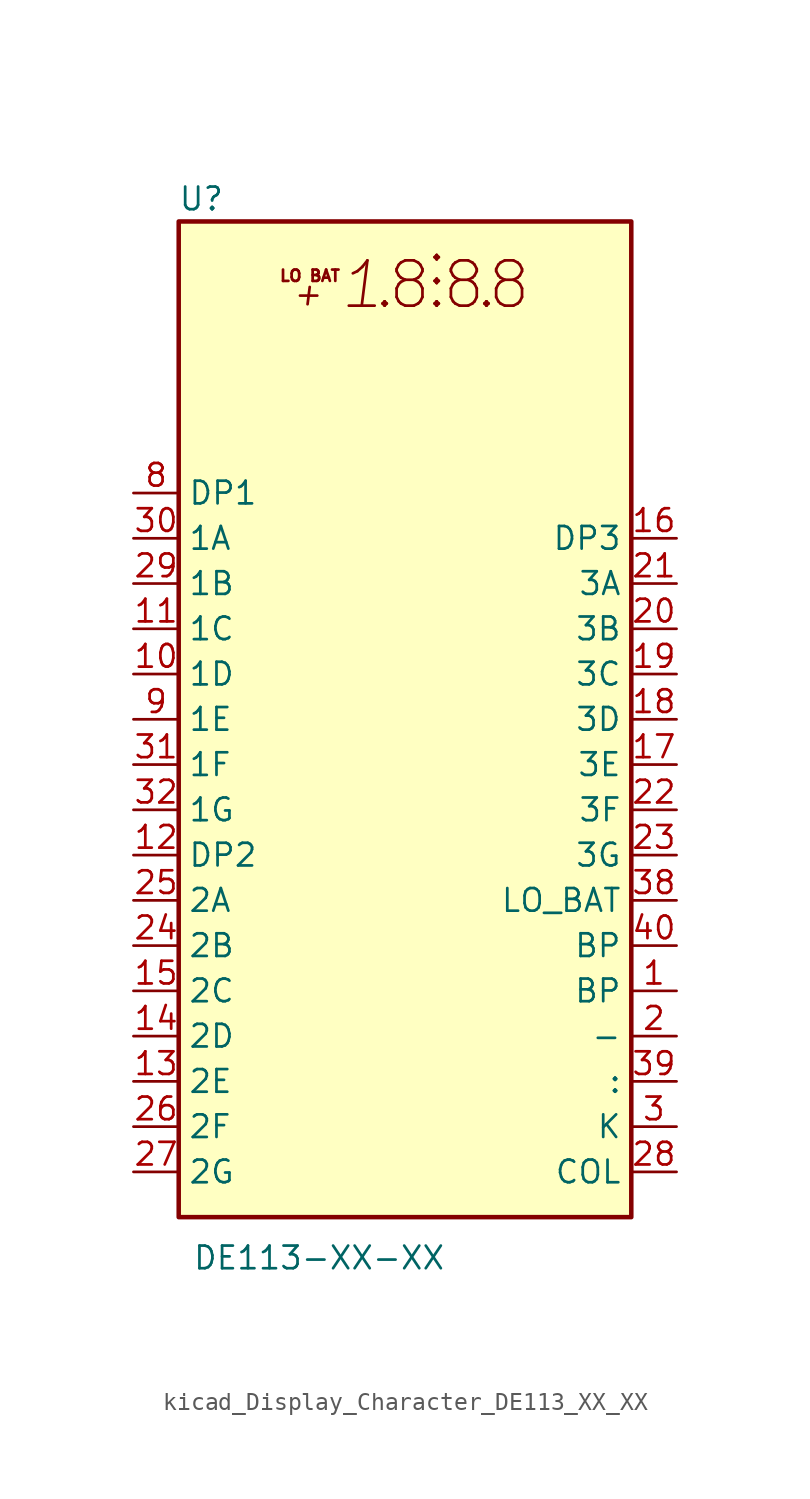
<source format=kicad_sym>
(kicad_symbol_lib
  (version 20220914)
  (generator kicad_symbol_editor)
  (symbol "kicad_Display_Character_DE113_XX_XX"
    (property "Reference" "U"
      (at -11.43 29.21 0)
      (effects (font (size 1.27 1.27))))
    (property "Value" "DE113-XX-XX"
      (at -11.938 -30.226 0)
      (effects (font (size 1.27 1.27)) (justify left)))
    (symbol "kicad_Display_Character_DE113_XX_XX_0_0"
      (text "+" (at -5.461 23.876 0) (effects (font (size 1.27 1.27) italic)))
      (text "." (at -1.143 24.384 0) (effects (font (size 2.54 2.54))))
      (text "." (at 1.778 24.384 0) (effects (font (size 2.54 2.54))))
      (text "." (at 4.572 24.384 0) (effects (font (size 2.54 2.54))))
      (text "1" (at -2.413 24.384 0) (effects (font (size 2.54 2.54) italic)))
      (text "8" (at 0.254 24.384 0) (effects (font (size 2.54 2.54))))
      (text "8" (at 3.302 24.384 0) (effects (font (size 2.54 2.54))))
      (text "8" (at 5.842 24.384 0) (effects (font (size 2.54 2.54))))
      (text ":" (at 1.778 25.654 0) (effects (font (size 2.54 2.54))))
      (text "LO BAT" (at -5.334 24.892 0) (effects (font (size 0.635 0.635)))))
    (symbol "kicad_Display_Character_DE113_XX_XX_0_1"
      (rectangle (start -12.7 27.94) (end 12.7 -27.94) (stroke (width 0.254) (type default)) (fill (type background))))
    (symbol "kicad_Display_Character_DE113_XX_XX_1_1"
      (pin input line (at 15.24 -15.24 180) (length 2.54) (name "BP" (effects (font (size 1.27 1.27)))) (number "1" (effects (font (size 1.27 1.27)))))
      (pin input line (at -15.24 2.54 0) (length 2.54) (name "1D" (effects (font (size 1.27 1.27)))) (number "10" (effects (font (size 1.27 1.27)))))
      (pin input line (at -15.24 5.08 0) (length 2.54) (name "1C" (effects (font (size 1.27 1.27)))) (number "11" (effects (font (size 1.27 1.27)))))
      (pin input line (at -15.24 -7.62 0) (length 2.54) (name "DP2" (effects (font (size 1.27 1.27)))) (number "12" (effects (font (size 1.27 1.27)))))
      (pin input line (at -15.24 -20.32 0) (length 2.54) (name "2E" (effects (font (size 1.27 1.27)))) (number "13" (effects (font (size 1.27 1.27)))))
      (pin input line (at -15.24 -17.78 0) (length 2.54) (name "2D" (effects (font (size 1.27 1.27)))) (number "14" (effects (font (size 1.27 1.27)))))
      (pin input line (at -15.24 -15.24 0) (length 2.54) (name "2C" (effects (font (size 1.27 1.27)))) (number "15" (effects (font (size 1.27 1.27)))))
      (pin input line (at 15.24 10.16 180) (length 2.54) (name "DP3" (effects (font (size 1.27 1.27)))) (number "16" (effects (font (size 1.27 1.27)))))
      (pin input line (at 15.24 -2.54 180) (length 2.54) (name "3E" (effects (font (size 1.27 1.27)))) (number "17" (effects (font (size 1.27 1.27)))))
      (pin input line (at 15.24 0 180) (length 2.54) (name "3D" (effects (font (size 1.27 1.27)))) (number "18" (effects (font (size 1.27 1.27)))))
      (pin input line (at 15.24 2.54 180) (length 2.54) (name "3C" (effects (font (size 1.27 1.27)))) (number "19" (effects (font (size 1.27 1.27)))))
      (pin input line (at 15.24 -17.78 180) (length 2.54) (name "-" (effects (font (size 1.27 1.27)))) (number "2" (effects (font (size 1.27 1.27)))))
      (pin input line (at 15.24 5.08 180) (length 2.54) (name "3B" (effects (font (size 1.27 1.27)))) (number "20" (effects (font (size 1.27 1.27)))))
      (pin input line (at 15.24 7.62 180) (length 2.54) (name "3A" (effects (font (size 1.27 1.27)))) (number "21" (effects (font (size 1.27 1.27)))))
      (pin input line (at 15.24 -5.08 180) (length 2.54) (name "3F" (effects (font (size 1.27 1.27)))) (number "22" (effects (font (size 1.27 1.27)))))
      (pin input line (at 15.24 -7.62 180) (length 2.54) (name "3G" (effects (font (size 1.27 1.27)))) (number "23" (effects (font (size 1.27 1.27)))))
      (pin input line (at -15.24 -12.7 0) (length 2.54) (name "2B" (effects (font (size 1.27 1.27)))) (number "24" (effects (font (size 1.27 1.27)))))
      (pin input line (at -15.24 -10.16 0) (length 2.54) (name "2A" (effects (font (size 1.27 1.27)))) (number "25" (effects (font (size 1.27 1.27)))))
      (pin input line (at -15.24 -22.86 0) (length 2.54) (name "2F" (effects (font (size 1.27 1.27)))) (number "26" (effects (font (size 1.27 1.27)))))
      (pin input line (at -15.24 -25.4 0) (length 2.54) (name "2G" (effects (font (size 1.27 1.27)))) (number "27" (effects (font (size 1.27 1.27)))))
      (pin input line (at 15.24 -25.4 180) (length 2.54) (name "COL" (effects (font (size 1.27 1.27)))) (number "28" (effects (font (size 1.27 1.27)))))
      (pin input line (at -15.24 7.62 0) (length 2.54) (name "1B" (effects (font (size 1.27 1.27)))) (number "29" (effects (font (size 1.27 1.27)))))
      (pin input line (at 15.24 -22.86 180) (length 2.54) (name "K" (effects (font (size 1.27 1.27)))) (number "3" (effects (font (size 1.27 1.27)))))
      (pin input line (at -15.24 10.16 0) (length 2.54) (name "1A" (effects (font (size 1.27 1.27)))) (number "30" (effects (font (size 1.27 1.27)))))
      (pin input line (at -15.24 -2.54 0) (length 2.54) (name "1F" (effects (font (size 1.27 1.27)))) (number "31" (effects (font (size 1.27 1.27)))))
      (pin input line (at -15.24 -5.08 0) (length 2.54) (name "1G" (effects (font (size 1.27 1.27)))) (number "32" (effects (font (size 1.27 1.27)))))
      (pin no_connect line (at 12.7 12.7 180) (length 2.54) hide (name "NC" (effects (font (size 1.27 1.27)))) (number "33" (effects (font (size 1.27 1.27)))))
      (pin no_connect line (at 12.7 15.24 180) (length 2.54) hide (name "NC" (effects (font (size 1.27 1.27)))) (number "34" (effects (font (size 1.27 1.27)))))
      (pin no_connect line (at 12.7 17.78 180) (length 2.54) hide (name "NC" (effects (font (size 1.27 1.27)))) (number "35" (effects (font (size 1.27 1.27)))))
      (pin no_connect line (at 12.7 20.32 180) (length 2.54) hide (name "NC" (effects (font (size 1.27 1.27)))) (number "36" (effects (font (size 1.27 1.27)))))
      (pin no_connect line (at 12.7 22.86 180) (length 2.54) hide (name "NC" (effects (font (size 1.27 1.27)))) (number "37" (effects (font (size 1.27 1.27)))))
      (pin input line (at 15.24 -10.16 180) (length 2.54) (name "LO_BAT" (effects (font (size 1.27 1.27)))) (number "38" (effects (font (size 1.27 1.27)))))
      (pin input line (at 15.24 -20.32 180) (length 2.54) (name ":" (effects (font (size 1.27 1.27)))) (number "39" (effects (font (size 1.27 1.27)))))
      (pin no_connect line (at -12.7 22.86 0) (length 2.54) hide (name "NC" (effects (font (size 1.27 1.27)))) (number "4" (effects (font (size 1.27 1.27)))))
      (pin input line (at 15.24 -12.7 180) (length 2.54) (name "BP" (effects (font (size 1.27 1.27)))) (number "40" (effects (font (size 1.27 1.27)))))
      (pin no_connect line (at -12.7 20.32 0) (length 2.54) hide (name "NC" (effects (font (size 1.27 1.27)))) (number "5" (effects (font (size 1.27 1.27)))))
      (pin no_connect line (at -12.7 17.78 0) (length 2.54) hide (name "NC" (effects (font (size 1.27 1.27)))) (number "6" (effects (font (size 1.27 1.27)))))
      (pin no_connect line (at -12.7 15.24 0) (length 2.54) hide (name "NC" (effects (font (size 1.27 1.27)))) (number "7" (effects (font (size 1.27 1.27)))))
      (pin input line (at -15.24 12.7 0) (length 2.54) (name "DP1" (effects (font (size 1.27 1.27)))) (number "8" (effects (font (size 1.27 1.27)))))
      (pin input line (at -15.24 0 0) (length 2.54) (name "1E" (effects (font (size 1.27 1.27)))) (number "9" (effects (font (size 1.27 1.27))))))))
</source>
